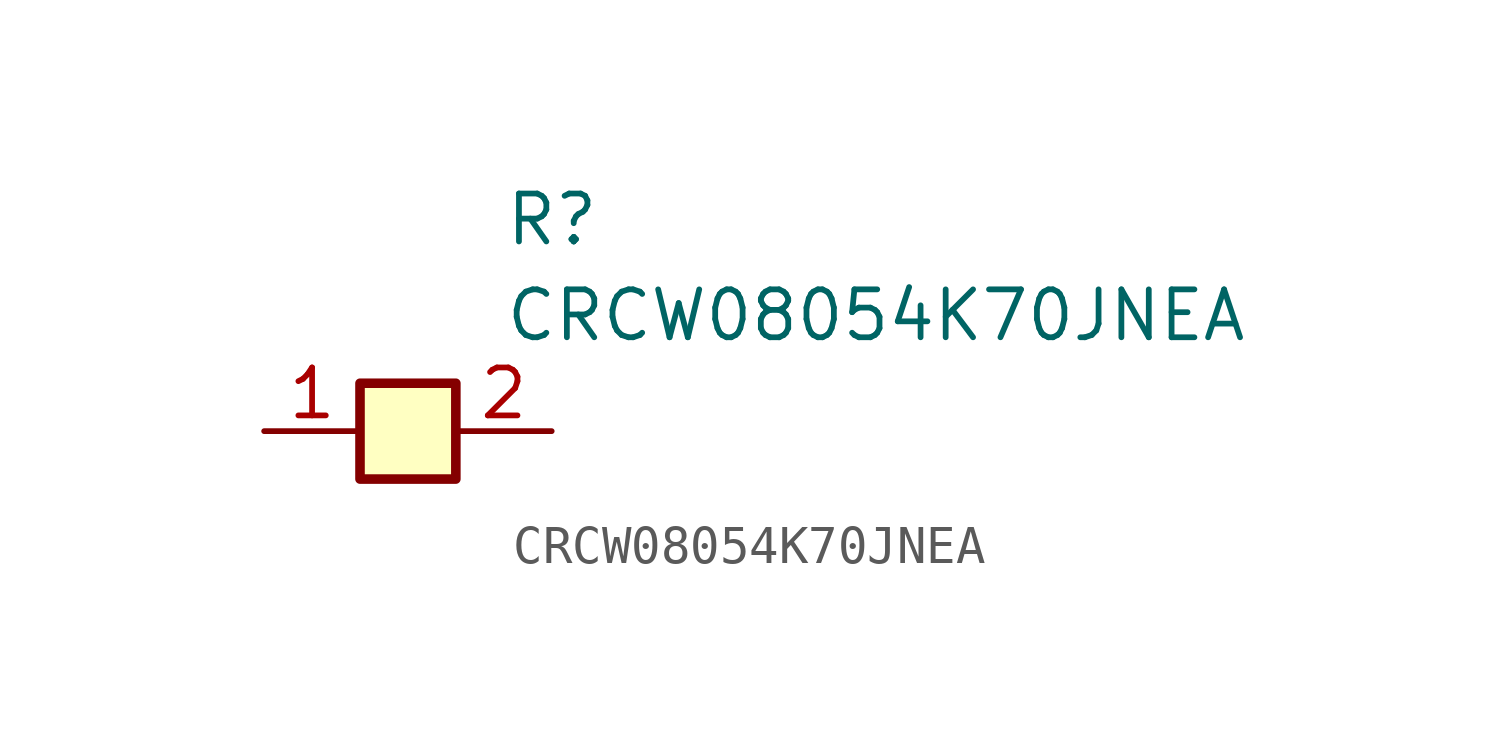
<source format=kicad_sym>
(kicad_symbol_lib
  (version 20231120)
  (generator "kicad_symbol_editor")
  (generator_version "8.0")
  (symbol "CRCW08054K70JNEA"
    (pin_names hide)
    (property "Reference" "R"
      (at 13.97 6.35 0)
      (effects (font (size 1.27 1.27)) (justify left top)))
    (property "Value" "CRCW08054K70JNEA"
      (at 13.97 3.81 0)
      (effects (font (size 1.27 1.27)) (justify left top)))
    (symbol "CRCW08054K70JNEA_1_1"
      (rectangle (start 10.16 1.27) (end 12.7 -1.27) (stroke (width 0.254) (type default)) (fill (type background)))
      (pin passive line (at 7.62 0 0) (length 2.54) (name "1" (effects (font (size 1.27 1.27)))) (number "1" (effects (font (size 1.27 1.27)))))
      (pin passive line (at 15.24 0 180) (length 2.54) (name "2" (effects (font (size 1.27 1.27)))) (number "2" (effects (font (size 1.27 1.27))))))))
</source>
